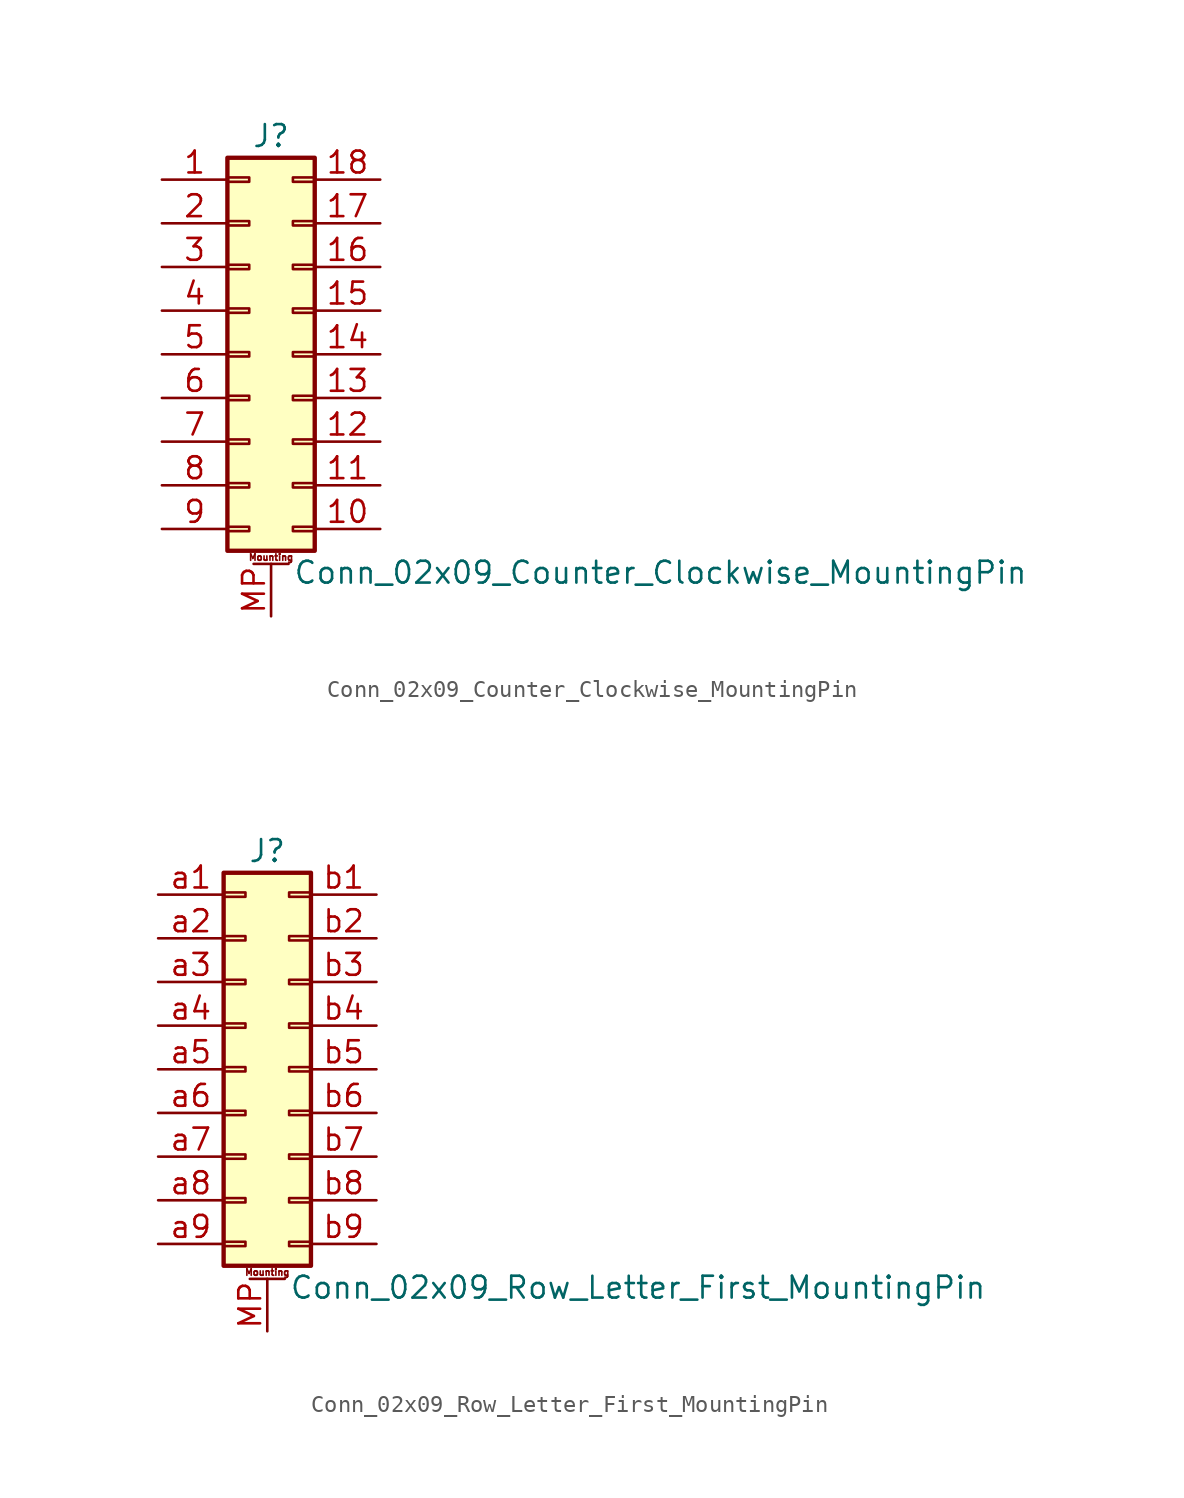
<source format=kicad_sym>
(kicad_symbol_lib
  (version 20211014)
  (generator kicad_symbol_editor)
  (symbol "Conn_02x09_Counter_Clockwise_MountingPin"
    (pin_names
      (offset 1.016) hide)
    (property "Reference" "J"
      (at 1.27 12.7 0)
      (effects (font (size 1.27 1.27))))
    (property "Value" "Conn_02x09_Counter_Clockwise_MountingPin"
      (at 2.54 -12.7 0)
      (effects (font (size 1.27 1.27)) (justify left)))
    (symbol "Conn_02x09_Counter_Clockwise_MountingPin_1_1"
      (rectangle (start -1.27 -10.033) (end 0 -10.287) (stroke (width 0.152) (type default) (color 0 0 0 0)) (fill (type none)))
      (rectangle (start -1.27 -7.493) (end 0 -7.747) (stroke (width 0.152) (type default) (color 0 0 0 0)) (fill (type none)))
      (rectangle (start -1.27 -4.953) (end 0 -5.207) (stroke (width 0.152) (type default) (color 0 0 0 0)) (fill (type none)))
      (rectangle (start -1.27 -2.413) (end 0 -2.667) (stroke (width 0.152) (type default) (color 0 0 0 0)) (fill (type none)))
      (rectangle (start -1.27 0.127) (end 0 -0.127) (stroke (width 0.152) (type default) (color 0 0 0 0)) (fill (type none)))
      (rectangle (start -1.27 2.667) (end 0 2.413) (stroke (width 0.152) (type default) (color 0 0 0 0)) (fill (type none)))
      (rectangle (start -1.27 5.207) (end 0 4.953) (stroke (width 0.152) (type default) (color 0 0 0 0)) (fill (type none)))
      (rectangle (start -1.27 7.747) (end 0 7.493) (stroke (width 0.152) (type default) (color 0 0 0 0)) (fill (type none)))
      (rectangle (start -1.27 10.287) (end 0 10.033) (stroke (width 0.152) (type default) (color 0 0 0 0)) (fill (type none)))
      (rectangle (start -1.27 11.43) (end 3.81 -11.43) (stroke (width 0.254) (type default) (color 0 0 0 0)) (fill (type background)))
      (polyline (pts (xy 0.254 -12.192) (xy 2.286 -12.192)) (stroke (width 0.152) (type default) (color 0 0 0 0)) (fill (type none)))
      (rectangle (start 3.81 -10.033) (end 2.54 -10.287) (stroke (width 0.152) (type default) (color 0 0 0 0)) (fill (type none)))
      (rectangle (start 3.81 -7.493) (end 2.54 -7.747) (stroke (width 0.152) (type default) (color 0 0 0 0)) (fill (type none)))
      (rectangle (start 3.81 -4.953) (end 2.54 -5.207) (stroke (width 0.152) (type default) (color 0 0 0 0)) (fill (type none)))
      (rectangle (start 3.81 -2.413) (end 2.54 -2.667) (stroke (width 0.152) (type default) (color 0 0 0 0)) (fill (type none)))
      (rectangle (start 3.81 0.127) (end 2.54 -0.127) (stroke (width 0.152) (type default) (color 0 0 0 0)) (fill (type none)))
      (rectangle (start 3.81 2.667) (end 2.54 2.413) (stroke (width 0.152) (type default) (color 0 0 0 0)) (fill (type none)))
      (rectangle (start 3.81 5.207) (end 2.54 4.953) (stroke (width 0.152) (type default) (color 0 0 0 0)) (fill (type none)))
      (rectangle (start 3.81 7.747) (end 2.54 7.493) (stroke (width 0.152) (type default) (color 0 0 0 0)) (fill (type none)))
      (rectangle (start 3.81 10.287) (end 2.54 10.033) (stroke (width 0.152) (type default) (color 0 0 0 0)) (fill (type none)))
      (text "Mounting" (at 1.27 -11.811 0) (effects (font (size 0.381 0.381))))
      (pin passive line (at -5.08 10.16 0) (length 3.81) (name "Pin_1" (effects (font (size 1.27 1.27)))) (number "1" (effects (font (size 1.27 1.27)))))
      (pin passive line (at 7.62 -10.16 180) (length 3.81) (name "Pin_10" (effects (font (size 1.27 1.27)))) (number "10" (effects (font (size 1.27 1.27)))))
      (pin passive line (at 7.62 -7.62 180) (length 3.81) (name "Pin_11" (effects (font (size 1.27 1.27)))) (number "11" (effects (font (size 1.27 1.27)))))
      (pin passive line (at 7.62 -5.08 180) (length 3.81) (name "Pin_12" (effects (font (size 1.27 1.27)))) (number "12" (effects (font (size 1.27 1.27)))))
      (pin passive line (at 7.62 -2.54 180) (length 3.81) (name "Pin_13" (effects (font (size 1.27 1.27)))) (number "13" (effects (font (size 1.27 1.27)))))
      (pin passive line (at 7.62 0 180) (length 3.81) (name "Pin_14" (effects (font (size 1.27 1.27)))) (number "14" (effects (font (size 1.27 1.27)))))
      (pin passive line (at 7.62 2.54 180) (length 3.81) (name "Pin_15" (effects (font (size 1.27 1.27)))) (number "15" (effects (font (size 1.27 1.27)))))
      (pin passive line (at 7.62 5.08 180) (length 3.81) (name "Pin_16" (effects (font (size 1.27 1.27)))) (number "16" (effects (font (size 1.27 1.27)))))
      (pin passive line (at 7.62 7.62 180) (length 3.81) (name "Pin_17" (effects (font (size 1.27 1.27)))) (number "17" (effects (font (size 1.27 1.27)))))
      (pin passive line (at 7.62 10.16 180) (length 3.81) (name "Pin_18" (effects (font (size 1.27 1.27)))) (number "18" (effects (font (size 1.27 1.27)))))
      (pin passive line (at -5.08 7.62 0) (length 3.81) (name "Pin_2" (effects (font (size 1.27 1.27)))) (number "2" (effects (font (size 1.27 1.27)))))
      (pin passive line (at -5.08 5.08 0) (length 3.81) (name "Pin_3" (effects (font (size 1.27 1.27)))) (number "3" (effects (font (size 1.27 1.27)))))
      (pin passive line (at -5.08 2.54 0) (length 3.81) (name "Pin_4" (effects (font (size 1.27 1.27)))) (number "4" (effects (font (size 1.27 1.27)))))
      (pin passive line (at -5.08 0 0) (length 3.81) (name "Pin_5" (effects (font (size 1.27 1.27)))) (number "5" (effects (font (size 1.27 1.27)))))
      (pin passive line (at -5.08 -2.54 0) (length 3.81) (name "Pin_6" (effects (font (size 1.27 1.27)))) (number "6" (effects (font (size 1.27 1.27)))))
      (pin passive line (at -5.08 -5.08 0) (length 3.81) (name "Pin_7" (effects (font (size 1.27 1.27)))) (number "7" (effects (font (size 1.27 1.27)))))
      (pin passive line (at -5.08 -7.62 0) (length 3.81) (name "Pin_8" (effects (font (size 1.27 1.27)))) (number "8" (effects (font (size 1.27 1.27)))))
      (pin passive line (at -5.08 -10.16 0) (length 3.81) (name "Pin_9" (effects (font (size 1.27 1.27)))) (number "9" (effects (font (size 1.27 1.27)))))
      (pin passive line (at 1.27 -15.24 90) (length 3.048) (name "MountPin" (effects (font (size 1.27 1.27)))) (number "MP" (effects (font (size 1.27 1.27)))))))
  (symbol "Conn_02x09_Row_Letter_First_MountingPin"
    (pin_names
      (offset 1.016) hide)
    (property "Reference" "J"
      (at 1.27 12.7 0)
      (effects (font (size 1.27 1.27))))
    (property "Value" "Conn_02x09_Row_Letter_First_MountingPin"
      (at 2.54 -12.7 0)
      (effects (font (size 1.27 1.27)) (justify left)))
    (symbol "Conn_02x09_Row_Letter_First_MountingPin_1_1"
      (rectangle (start -1.27 -10.033) (end 0 -10.287) (stroke (width 0.152) (type default) (color 0 0 0 0)) (fill (type none)))
      (rectangle (start -1.27 -7.493) (end 0 -7.747) (stroke (width 0.152) (type default) (color 0 0 0 0)) (fill (type none)))
      (rectangle (start -1.27 -4.953) (end 0 -5.207) (stroke (width 0.152) (type default) (color 0 0 0 0)) (fill (type none)))
      (rectangle (start -1.27 -2.413) (end 0 -2.667) (stroke (width 0.152) (type default) (color 0 0 0 0)) (fill (type none)))
      (rectangle (start -1.27 0.127) (end 0 -0.127) (stroke (width 0.152) (type default) (color 0 0 0 0)) (fill (type none)))
      (rectangle (start -1.27 2.667) (end 0 2.413) (stroke (width 0.152) (type default) (color 0 0 0 0)) (fill (type none)))
      (rectangle (start -1.27 5.207) (end 0 4.953) (stroke (width 0.152) (type default) (color 0 0 0 0)) (fill (type none)))
      (rectangle (start -1.27 7.747) (end 0 7.493) (stroke (width 0.152) (type default) (color 0 0 0 0)) (fill (type none)))
      (rectangle (start -1.27 10.287) (end 0 10.033) (stroke (width 0.152) (type default) (color 0 0 0 0)) (fill (type none)))
      (rectangle (start -1.27 11.43) (end 3.81 -11.43) (stroke (width 0.254) (type default) (color 0 0 0 0)) (fill (type background)))
      (polyline (pts (xy 0.254 -12.192) (xy 2.286 -12.192)) (stroke (width 0.152) (type default) (color 0 0 0 0)) (fill (type none)))
      (rectangle (start 3.81 -10.033) (end 2.54 -10.287) (stroke (width 0.152) (type default) (color 0 0 0 0)) (fill (type none)))
      (rectangle (start 3.81 -7.493) (end 2.54 -7.747) (stroke (width 0.152) (type default) (color 0 0 0 0)) (fill (type none)))
      (rectangle (start 3.81 -4.953) (end 2.54 -5.207) (stroke (width 0.152) (type default) (color 0 0 0 0)) (fill (type none)))
      (rectangle (start 3.81 -2.413) (end 2.54 -2.667) (stroke (width 0.152) (type default) (color 0 0 0 0)) (fill (type none)))
      (rectangle (start 3.81 0.127) (end 2.54 -0.127) (stroke (width 0.152) (type default) (color 0 0 0 0)) (fill (type none)))
      (rectangle (start 3.81 2.667) (end 2.54 2.413) (stroke (width 0.152) (type default) (color 0 0 0 0)) (fill (type none)))
      (rectangle (start 3.81 5.207) (end 2.54 4.953) (stroke (width 0.152) (type default) (color 0 0 0 0)) (fill (type none)))
      (rectangle (start 3.81 7.747) (end 2.54 7.493) (stroke (width 0.152) (type default) (color 0 0 0 0)) (fill (type none)))
      (rectangle (start 3.81 10.287) (end 2.54 10.033) (stroke (width 0.152) (type default) (color 0 0 0 0)) (fill (type none)))
      (text "Mounting" (at 1.27 -11.811 0) (effects (font (size 0.381 0.381))))
      (pin passive line (at 1.27 -15.24 90) (length 3.048) (name "MountPin" (effects (font (size 1.27 1.27)))) (number "MP" (effects (font (size 1.27 1.27)))))
      (pin passive line (at -5.08 10.16 0) (length 3.81) (name "Pin_a1" (effects (font (size 1.27 1.27)))) (number "a1" (effects (font (size 1.27 1.27)))))
      (pin passive line (at -5.08 7.62 0) (length 3.81) (name "Pin_a2" (effects (font (size 1.27 1.27)))) (number "a2" (effects (font (size 1.27 1.27)))))
      (pin passive line (at -5.08 5.08 0) (length 3.81) (name "Pin_a3" (effects (font (size 1.27 1.27)))) (number "a3" (effects (font (size 1.27 1.27)))))
      (pin passive line (at -5.08 2.54 0) (length 3.81) (name "Pin_a4" (effects (font (size 1.27 1.27)))) (number "a4" (effects (font (size 1.27 1.27)))))
      (pin passive line (at -5.08 0 0) (length 3.81) (name "Pin_a5" (effects (font (size 1.27 1.27)))) (number "a5" (effects (font (size 1.27 1.27)))))
      (pin passive line (at -5.08 -2.54 0) (length 3.81) (name "Pin_a6" (effects (font (size 1.27 1.27)))) (number "a6" (effects (font (size 1.27 1.27)))))
      (pin passive line (at -5.08 -5.08 0) (length 3.81) (name "Pin_a7" (effects (font (size 1.27 1.27)))) (number "a7" (effects (font (size 1.27 1.27)))))
      (pin passive line (at -5.08 -7.62 0) (length 3.81) (name "Pin_a8" (effects (font (size 1.27 1.27)))) (number "a8" (effects (font (size 1.27 1.27)))))
      (pin passive line (at -5.08 -10.16 0) (length 3.81) (name "Pin_a9" (effects (font (size 1.27 1.27)))) (number "a9" (effects (font (size 1.27 1.27)))))
      (pin passive line (at 7.62 10.16 180) (length 3.81) (name "Pin_b1" (effects (font (size 1.27 1.27)))) (number "b1" (effects (font (size 1.27 1.27)))))
      (pin passive line (at 7.62 7.62 180) (length 3.81) (name "Pin_b2" (effects (font (size 1.27 1.27)))) (number "b2" (effects (font (size 1.27 1.27)))))
      (pin passive line (at 7.62 5.08 180) (length 3.81) (name "Pin_b3" (effects (font (size 1.27 1.27)))) (number "b3" (effects (font (size 1.27 1.27)))))
      (pin passive line (at 7.62 2.54 180) (length 3.81) (name "Pin_b4" (effects (font (size 1.27 1.27)))) (number "b4" (effects (font (size 1.27 1.27)))))
      (pin passive line (at 7.62 0 180) (length 3.81) (name "Pin_b5" (effects (font (size 1.27 1.27)))) (number "b5" (effects (font (size 1.27 1.27)))))
      (pin passive line (at 7.62 -2.54 180) (length 3.81) (name "Pin_b6" (effects (font (size 1.27 1.27)))) (number "b6" (effects (font (size 1.27 1.27)))))
      (pin passive line (at 7.62 -5.08 180) (length 3.81) (name "Pin_b7" (effects (font (size 1.27 1.27)))) (number "b7" (effects (font (size 1.27 1.27)))))
      (pin passive line (at 7.62 -7.62 180) (length 3.81) (name "Pin_b8" (effects (font (size 1.27 1.27)))) (number "b8" (effects (font (size 1.27 1.27)))))
      (pin passive line (at 7.62 -10.16 180) (length 3.81) (name "Pin_b9" (effects (font (size 1.27 1.27)))) (number "b9" (effects (font (size 1.27 1.27))))))))
</source>
